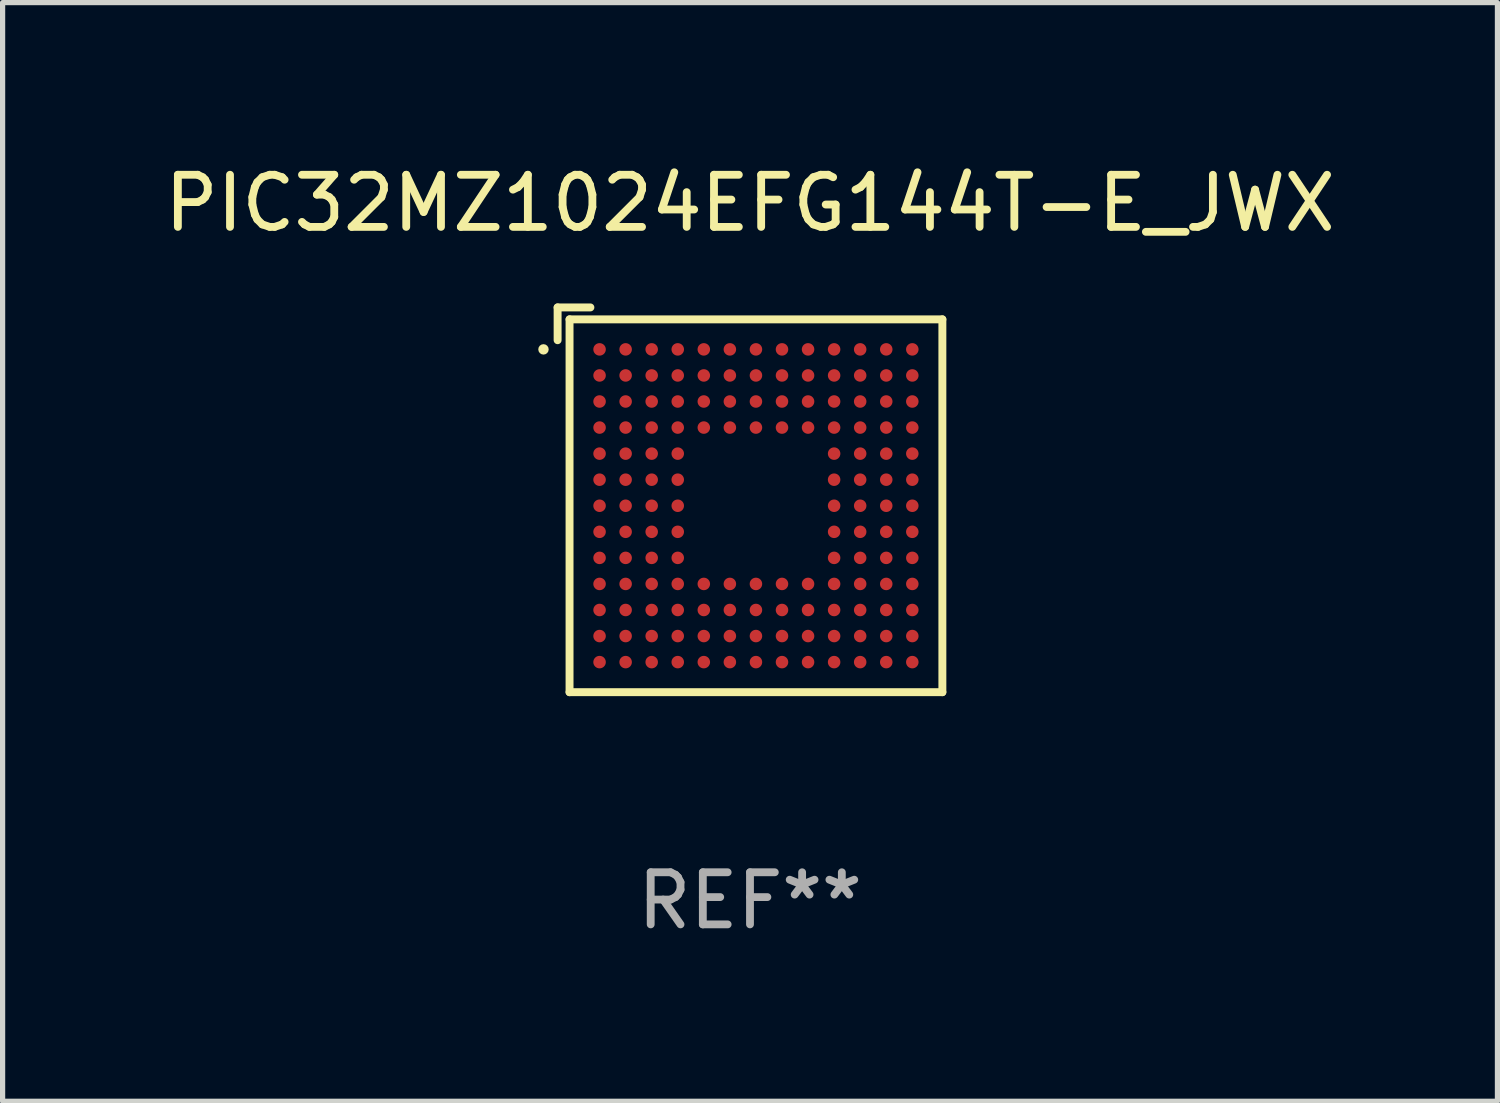
<source format=kicad_pcb>
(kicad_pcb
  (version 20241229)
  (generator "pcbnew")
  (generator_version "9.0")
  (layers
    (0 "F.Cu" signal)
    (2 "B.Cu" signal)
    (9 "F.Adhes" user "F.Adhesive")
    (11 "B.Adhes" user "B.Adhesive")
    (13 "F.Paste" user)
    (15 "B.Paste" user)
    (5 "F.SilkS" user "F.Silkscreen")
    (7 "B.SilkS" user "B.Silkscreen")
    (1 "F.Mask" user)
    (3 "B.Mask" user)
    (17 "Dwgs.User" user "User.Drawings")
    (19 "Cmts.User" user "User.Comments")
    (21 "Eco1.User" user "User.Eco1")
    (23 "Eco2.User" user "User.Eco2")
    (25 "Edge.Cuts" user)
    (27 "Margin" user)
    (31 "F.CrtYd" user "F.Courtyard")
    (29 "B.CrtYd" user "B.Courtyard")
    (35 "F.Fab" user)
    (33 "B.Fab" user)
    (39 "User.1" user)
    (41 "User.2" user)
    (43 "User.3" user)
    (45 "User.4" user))
  (footprint "PIC32MZ1024EFG144T-E_JWX"
    (layer "F.Cu")
    (at 11.339 6.539)
    (property "Reference" "PIC32MZ1024EFG144T-E_JWX" (at 0 -5.691 0) (layer "F.SilkS") (effects (font (size 1 1) (thickness 0.15))))
    (attr through_hole)
    (fp_line (start -3.691 -3.691) (end -3.062 -3.691) (stroke (width 0.152) (type solid)) (layer "F.SilkS"))
    (fp_line (start -3.691 -3.062) (end -3.691 -3.691) (stroke (width 0.152) (type solid)) (layer "F.SilkS"))
    (fp_line (start -3.462 -3.462) (end 3.691 -3.462) (stroke (width 0.152) (type solid)) (layer "F.SilkS"))
    (fp_line (start -3.462 3.691) (end -3.462 -3.462) (stroke (width 0.152) (type solid)) (layer "F.SilkS"))
    (fp_line (start 3.691 -3.462) (end 3.691 3.691) (stroke (width 0.152) (type solid)) (layer "F.SilkS"))
    (fp_line (start 3.691 3.691) (end -3.462 3.691) (stroke (width 0.152) (type solid)) (layer "F.SilkS"))
    (fp_circle (center -3.962 -2.886) (end -3.912 -2.886) (stroke (width 0.1) (type solid)) (fill no) (layer "F.SilkS"))
    (fp_text user "REF**" (at 0 7.691 0) (layer "F.Fab") (effects (font (size 1 1) (thickness 0.15))))
    (pad "A1" smd circle (at -2.886 -2.886) (size 0.24 0.24) (layers "F.Cu" "F.Mask" "F.Paste"))
    (pad "A2" smd circle (at -2.386 -2.886) (size 0.24 0.24) (layers "F.Cu" "F.Mask" "F.Paste"))
    (pad "A3" smd circle (at -1.886 -2.886) (size 0.24 0.24) (layers "F.Cu" "F.Mask" "F.Paste"))
    (pad "A4" smd circle (at -1.386 -2.886) (size 0.24 0.24) (layers "F.Cu" "F.Mask" "F.Paste"))
    (pad "A5" smd circle (at -0.886 -2.886) (size 0.24 0.24) (layers "F.Cu" "F.Mask" "F.Paste"))
    (pad "A6" smd circle (at -0.386 -2.886) (size 0.24 0.24) (layers "F.Cu" "F.Mask" "F.Paste"))
    (pad "A7" smd circle (at 0.114 -2.886) (size 0.24 0.24) (layers "F.Cu" "F.Mask" "F.Paste"))
    (pad "A8" smd circle (at 0.614 -2.886) (size 0.24 0.24) (layers "F.Cu" "F.Mask" "F.Paste"))
    (pad "A9" smd circle (at 1.114 -2.886) (size 0.24 0.24) (layers "F.Cu" "F.Mask" "F.Paste"))
    (pad "A10" smd circle (at 1.614 -2.886) (size 0.24 0.24) (layers "F.Cu" "F.Mask" "F.Paste"))
    (pad "A11" smd circle (at 2.114 -2.886) (size 0.24 0.24) (layers "F.Cu" "F.Mask" "F.Paste"))
    (pad "A12" smd circle (at 2.614 -2.886) (size 0.24 0.24) (layers "F.Cu" "F.Mask" "F.Paste"))
    (pad "A13" smd circle (at 3.114 -2.886) (size 0.24 0.24) (layers "F.Cu" "F.Mask" "F.Paste"))
    (pad "B1" smd circle (at -2.886 -2.386) (size 0.24 0.24) (layers "F.Cu" "F.Mask" "F.Paste"))
    (pad "B2" smd circle (at -2.386 -2.386) (size 0.24 0.24) (layers "F.Cu" "F.Mask" "F.Paste"))
    (pad "B3" smd circle (at -1.886 -2.386) (size 0.24 0.24) (layers "F.Cu" "F.Mask" "F.Paste"))
    (pad "B4" smd circle (at -1.386 -2.386) (size 0.24 0.24) (layers "F.Cu" "F.Mask" "F.Paste"))
    (pad "B5" smd circle (at -0.886 -2.386) (size 0.24 0.24) (layers "F.Cu" "F.Mask" "F.Paste"))
    (pad "B6" smd circle (at -0.386 -2.386) (size 0.24 0.24) (layers "F.Cu" "F.Mask" "F.Paste"))
    (pad "B7" smd circle (at 0.114 -2.386) (size 0.24 0.24) (layers "F.Cu" "F.Mask" "F.Paste"))
    (pad "B8" smd circle (at 0.614 -2.386) (size 0.24 0.24) (layers "F.Cu" "F.Mask" "F.Paste"))
    (pad "B9" smd circle (at 1.114 -2.386) (size 0.24 0.24) (layers "F.Cu" "F.Mask" "F.Paste"))
    (pad "B10" smd circle (at 1.614 -2.386) (size 0.24 0.24) (layers "F.Cu" "F.Mask" "F.Paste"))
    (pad "B11" smd circle (at 2.114 -2.386) (size 0.24 0.24) (layers "F.Cu" "F.Mask" "F.Paste"))
    (pad "B12" smd circle (at 2.614 -2.386) (size 0.24 0.24) (layers "F.Cu" "F.Mask" "F.Paste"))
    (pad "B13" smd circle (at 3.114 -2.386) (size 0.24 0.24) (layers "F.Cu" "F.Mask" "F.Paste"))
    (pad "C1" smd circle (at -2.886 -1.886) (size 0.24 0.24) (layers "F.Cu" "F.Mask" "F.Paste"))
    (pad "C2" smd circle (at -2.386 -1.886) (size 0.24 0.24) (layers "F.Cu" "F.Mask" "F.Paste"))
    (pad "C3" smd circle (at -1.886 -1.886) (size 0.24 0.24) (layers "F.Cu" "F.Mask" "F.Paste"))
    (pad "C4" smd circle (at -1.386 -1.886) (size 0.24 0.24) (layers "F.Cu" "F.Mask" "F.Paste"))
    (pad "C5" smd circle (at -0.886 -1.886) (size 0.24 0.24) (layers "F.Cu" "F.Mask" "F.Paste"))
    (pad "C6" smd circle (at -0.386 -1.886) (size 0.24 0.24) (layers "F.Cu" "F.Mask" "F.Paste"))
    (pad "C7" smd circle (at 0.114 -1.886) (size 0.24 0.24) (layers "F.Cu" "F.Mask" "F.Paste"))
    (pad "C8" smd circle (at 0.614 -1.886) (size 0.24 0.24) (layers "F.Cu" "F.Mask" "F.Paste"))
    (pad "C9" smd circle (at 1.114 -1.886) (size 0.24 0.24) (layers "F.Cu" "F.Mask" "F.Paste"))
    (pad "C10" smd circle (at 1.614 -1.886) (size 0.24 0.24) (layers "F.Cu" "F.Mask" "F.Paste"))
    (pad "C11" smd circle (at 2.114 -1.886) (size 0.24 0.24) (layers "F.Cu" "F.Mask" "F.Paste"))
    (pad "C12" smd circle (at 2.614 -1.886) (size 0.24 0.24) (layers "F.Cu" "F.Mask" "F.Paste"))
    (pad "C13" smd circle (at 3.114 -1.886) (size 0.24 0.24) (layers "F.Cu" "F.Mask" "F.Paste"))
    (pad "D1" smd circle (at -2.886 -1.386) (size 0.24 0.24) (layers "F.Cu" "F.Mask" "F.Paste"))
    (pad "D2" smd circle (at -2.386 -1.386) (size 0.24 0.24) (layers "F.Cu" "F.Mask" "F.Paste"))
    (pad "D3" smd circle (at -1.886 -1.386) (size 0.24 0.24) (layers "F.Cu" "F.Mask" "F.Paste"))
    (pad "D4" smd circle (at -1.386 -1.386) (size 0.24 0.24) (layers "F.Cu" "F.Mask" "F.Paste"))
    (pad "D5" smd circle (at -0.886 -1.386) (size 0.24 0.24) (layers "F.Cu" "F.Mask" "F.Paste"))
    (pad "D6" smd circle (at -0.386 -1.386) (size 0.24 0.24) (layers "F.Cu" "F.Mask" "F.Paste"))
    (pad "D7" smd circle (at 0.114 -1.386) (size 0.24 0.24) (layers "F.Cu" "F.Mask" "F.Paste"))
    (pad "D8" smd circle (at 0.614 -1.386) (size 0.24 0.24) (layers "F.Cu" "F.Mask" "F.Paste"))
    (pad "D9" smd circle (at 1.114 -1.386) (size 0.24 0.24) (layers "F.Cu" "F.Mask" "F.Paste"))
    (pad "D10" smd circle (at 1.614 -1.386) (size 0.24 0.24) (layers "F.Cu" "F.Mask" "F.Paste"))
    (pad "D11" smd circle (at 2.114 -1.386) (size 0.24 0.24) (layers "F.Cu" "F.Mask" "F.Paste"))
    (pad "D12" smd circle (at 2.614 -1.386) (size 0.24 0.24) (layers "F.Cu" "F.Mask" "F.Paste"))
    (pad "D13" smd circle (at 3.114 -1.386) (size 0.24 0.24) (layers "F.Cu" "F.Mask" "F.Paste"))
    (pad "E1" smd circle (at -2.886 -0.886) (size 0.24 0.24) (layers "F.Cu" "F.Mask" "F.Paste"))
    (pad "E2" smd circle (at -2.386 -0.886) (size 0.24 0.24) (layers "F.Cu" "F.Mask" "F.Paste"))
    (pad "E3" smd circle (at -1.886 -0.886) (size 0.24 0.24) (layers "F.Cu" "F.Mask" "F.Paste"))
    (pad "E4" smd circle (at -1.386 -0.886) (size 0.24 0.24) (layers "F.Cu" "F.Mask" "F.Paste"))
    (pad "E10" smd circle (at 1.614 -0.886) (size 0.24 0.24) (layers "F.Cu" "F.Mask" "F.Paste"))
    (pad "E11" smd circle (at 2.114 -0.886) (size 0.24 0.24) (layers "F.Cu" "F.Mask" "F.Paste"))
    (pad "E12" smd circle (at 2.614 -0.886) (size 0.24 0.24) (layers "F.Cu" "F.Mask" "F.Paste"))
    (pad "E13" smd circle (at 3.114 -0.886) (size 0.24 0.24) (layers "F.Cu" "F.Mask" "F.Paste"))
    (pad "F1" smd circle (at -2.886 -0.386) (size 0.24 0.24) (layers "F.Cu" "F.Mask" "F.Paste"))
    (pad "F2" smd circle (at -2.386 -0.386) (size 0.24 0.24) (layers "F.Cu" "F.Mask" "F.Paste"))
    (pad "F3" smd circle (at -1.886 -0.386) (size 0.24 0.24) (layers "F.Cu" "F.Mask" "F.Paste"))
    (pad "F4" smd circle (at -1.386 -0.386) (size 0.24 0.24) (layers "F.Cu" "F.Mask" "F.Paste"))
    (pad "F10" smd circle (at 1.614 -0.386) (size 0.24 0.24) (layers "F.Cu" "F.Mask" "F.Paste"))
    (pad "F11" smd circle (at 2.114 -0.386) (size 0.24 0.24) (layers "F.Cu" "F.Mask" "F.Paste"))
    (pad "F12" smd circle (at 2.614 -0.386) (size 0.24 0.24) (layers "F.Cu" "F.Mask" "F.Paste"))
    (pad "F13" smd circle (at 3.114 -0.386) (size 0.24 0.24) (layers "F.Cu" "F.Mask" "F.Paste"))
    (pad "G1" smd circle (at -2.886 0.114) (size 0.24 0.24) (layers "F.Cu" "F.Mask" "F.Paste"))
    (pad "G2" smd circle (at -2.386 0.114) (size 0.24 0.24) (layers "F.Cu" "F.Mask" "F.Paste"))
    (pad "G3" smd circle (at -1.886 0.114) (size 0.24 0.24) (layers "F.Cu" "F.Mask" "F.Paste"))
    (pad "G4" smd circle (at -1.386 0.114) (size 0.24 0.24) (layers "F.Cu" "F.Mask" "F.Paste"))
    (pad "G10" smd circle (at 1.614 0.114) (size 0.24 0.24) (layers "F.Cu" "F.Mask" "F.Paste"))
    (pad "G11" smd circle (at 2.114 0.114) (size 0.24 0.24) (layers "F.Cu" "F.Mask" "F.Paste"))
    (pad "G12" smd circle (at 2.614 0.114) (size 0.24 0.24) (layers "F.Cu" "F.Mask" "F.Paste"))
    (pad "G13" smd circle (at 3.114 0.114) (size 0.24 0.24) (layers "F.Cu" "F.Mask" "F.Paste"))
    (pad "H1" smd circle (at -2.886 0.614) (size 0.24 0.24) (layers "F.Cu" "F.Mask" "F.Paste"))
    (pad "H2" smd circle (at -2.386 0.614) (size 0.24 0.24) (layers "F.Cu" "F.Mask" "F.Paste"))
    (pad "H3" smd circle (at -1.886 0.614) (size 0.24 0.24) (layers "F.Cu" "F.Mask" "F.Paste"))
    (pad "H4" smd circle (at -1.386 0.614) (size 0.24 0.24) (layers "F.Cu" "F.Mask" "F.Paste"))
    (pad "H10" smd circle (at 1.614 0.614) (size 0.24 0.24) (layers "F.Cu" "F.Mask" "F.Paste"))
    (pad "H11" smd circle (at 2.114 0.614) (size 0.24 0.24) (layers "F.Cu" "F.Mask" "F.Paste"))
    (pad "H12" smd circle (at 2.614 0.614) (size 0.24 0.24) (layers "F.Cu" "F.Mask" "F.Paste"))
    (pad "H13" smd circle (at 3.114 0.614) (size 0.24 0.24) (layers "F.Cu" "F.Mask" "F.Paste"))
    (pad "J1" smd circle (at -2.886 1.114) (size 0.24 0.24) (layers "F.Cu" "F.Mask" "F.Paste"))
    (pad "J2" smd circle (at -2.386 1.114) (size 0.24 0.24) (layers "F.Cu" "F.Mask" "F.Paste"))
    (pad "J3" smd circle (at -1.886 1.114) (size 0.24 0.24) (layers "F.Cu" "F.Mask" "F.Paste"))
    (pad "J4" smd circle (at -1.386 1.114) (size 0.24 0.24) (layers "F.Cu" "F.Mask" "F.Paste"))
    (pad "J10" smd circle (at 1.614 1.114) (size 0.24 0.24) (layers "F.Cu" "F.Mask" "F.Paste"))
    (pad "J11" smd circle (at 2.114 1.114) (size 0.24 0.24) (layers "F.Cu" "F.Mask" "F.Paste"))
    (pad "J12" smd circle (at 2.614 1.114) (size 0.24 0.24) (layers "F.Cu" "F.Mask" "F.Paste"))
    (pad "J13" smd circle (at 3.114 1.114) (size 0.24 0.24) (layers "F.Cu" "F.Mask" "F.Paste"))
    (pad "K1" smd circle (at -2.886 1.614) (size 0.24 0.24) (layers "F.Cu" "F.Mask" "F.Paste"))
    (pad "K2" smd circle (at -2.386 1.614) (size 0.24 0.24) (layers "F.Cu" "F.Mask" "F.Paste"))
    (pad "K3" smd circle (at -1.886 1.614) (size 0.24 0.24) (layers "F.Cu" "F.Mask" "F.Paste"))
    (pad "K4" smd circle (at -1.386 1.614) (size 0.24 0.24) (layers "F.Cu" "F.Mask" "F.Paste"))
    (pad "K5" smd circle (at -0.886 1.614) (size 0.24 0.24) (layers "F.Cu" "F.Mask" "F.Paste"))
    (pad "K6" smd circle (at -0.386 1.614) (size 0.24 0.24) (layers "F.Cu" "F.Mask" "F.Paste"))
    (pad "K7" smd circle (at 0.114 1.614) (size 0.24 0.24) (layers "F.Cu" "F.Mask" "F.Paste"))
    (pad "K8" smd circle (at 0.614 1.614) (size 0.24 0.24) (layers "F.Cu" "F.Mask" "F.Paste"))
    (pad "K9" smd circle (at 1.114 1.614) (size 0.24 0.24) (layers "F.Cu" "F.Mask" "F.Paste"))
    (pad "K10" smd circle (at 1.614 1.614) (size 0.24 0.24) (layers "F.Cu" "F.Mask" "F.Paste"))
    (pad "K11" smd circle (at 2.114 1.614) (size 0.24 0.24) (layers "F.Cu" "F.Mask" "F.Paste"))
    (pad "K12" smd circle (at 2.614 1.614) (size 0.24 0.24) (layers "F.Cu" "F.Mask" "F.Paste"))
    (pad "K13" smd circle (at 3.114 1.614) (size 0.24 0.24) (layers "F.Cu" "F.Mask" "F.Paste"))
    (pad "L1" smd circle (at -2.886 2.114) (size 0.24 0.24) (layers "F.Cu" "F.Mask" "F.Paste"))
    (pad "L2" smd circle (at -2.386 2.114) (size 0.24 0.24) (layers "F.Cu" "F.Mask" "F.Paste"))
    (pad "L3" smd circle (at -1.886 2.114) (size 0.24 0.24) (layers "F.Cu" "F.Mask" "F.Paste"))
    (pad "L4" smd circle (at -1.386 2.114) (size 0.24 0.24) (layers "F.Cu" "F.Mask" "F.Paste"))
    (pad "L5" smd circle (at -0.886 2.114) (size 0.24 0.24) (layers "F.Cu" "F.Mask" "F.Paste"))
    (pad "L6" smd circle (at -0.386 2.114) (size 0.24 0.24) (layers "F.Cu" "F.Mask" "F.Paste"))
    (pad "L7" smd circle (at 0.114 2.114) (size 0.24 0.24) (layers "F.Cu" "F.Mask" "F.Paste"))
    (pad "L8" smd circle (at 0.614 2.114) (size 0.24 0.24) (layers "F.Cu" "F.Mask" "F.Paste"))
    (pad "L9" smd circle (at 1.114 2.114) (size 0.24 0.24) (layers "F.Cu" "F.Mask" "F.Paste"))
    (pad "L10" smd circle (at 1.614 2.114) (size 0.24 0.24) (layers "F.Cu" "F.Mask" "F.Paste"))
    (pad "L11" smd circle (at 2.114 2.114) (size 0.24 0.24) (layers "F.Cu" "F.Mask" "F.Paste"))
    (pad "L12" smd circle (at 2.614 2.114) (size 0.24 0.24) (layers "F.Cu" "F.Mask" "F.Paste"))
    (pad "L13" smd circle (at 3.114 2.114) (size 0.24 0.24) (layers "F.Cu" "F.Mask" "F.Paste"))
    (pad "M1" smd circle (at -2.886 2.614) (size 0.24 0.24) (layers "F.Cu" "F.Mask" "F.Paste"))
    (pad "M2" smd circle (at -2.386 2.614) (size 0.24 0.24) (layers "F.Cu" "F.Mask" "F.Paste"))
    (pad "M3" smd circle (at -1.886 2.614) (size 0.24 0.24) (layers "F.Cu" "F.Mask" "F.Paste"))
    (pad "M4" smd circle (at -1.386 2.614) (size 0.24 0.24) (layers "F.Cu" "F.Mask" "F.Paste"))
    (pad "M5" smd circle (at -0.886 2.614) (size 0.24 0.24) (layers "F.Cu" "F.Mask" "F.Paste"))
    (pad "M6" smd circle (at -0.386 2.614) (size 0.24 0.24) (layers "F.Cu" "F.Mask" "F.Paste"))
    (pad "M7" smd circle (at 0.114 2.614) (size 0.24 0.24) (layers "F.Cu" "F.Mask" "F.Paste"))
    (pad "M8" smd circle (at 0.614 2.614) (size 0.24 0.24) (layers "F.Cu" "F.Mask" "F.Paste"))
    (pad "M9" smd circle (at 1.114 2.614) (size 0.24 0.24) (layers "F.Cu" "F.Mask" "F.Paste"))
    (pad "M10" smd circle (at 1.614 2.614) (size 0.24 0.24) (layers "F.Cu" "F.Mask" "F.Paste"))
    (pad "M11" smd circle (at 2.114 2.614) (size 0.24 0.24) (layers "F.Cu" "F.Mask" "F.Paste"))
    (pad "M12" smd circle (at 2.614 2.614) (size 0.24 0.24) (layers "F.Cu" "F.Mask" "F.Paste"))
    (pad "M13" smd circle (at 3.114 2.614) (size 0.24 0.24) (layers "F.Cu" "F.Mask" "F.Paste"))
    (pad "N1" smd circle (at -2.886 3.114) (size 0.24 0.24) (layers "F.Cu" "F.Mask" "F.Paste"))
    (pad "N2" smd circle (at -2.386 3.114) (size 0.24 0.24) (layers "F.Cu" "F.Mask" "F.Paste"))
    (pad "N3" smd circle (at -1.886 3.114) (size 0.24 0.24) (layers "F.Cu" "F.Mask" "F.Paste"))
    (pad "N4" smd circle (at -1.386 3.114) (size 0.24 0.24) (layers "F.Cu" "F.Mask" "F.Paste"))
    (pad "N5" smd circle (at -0.886 3.114) (size 0.24 0.24) (layers "F.Cu" "F.Mask" "F.Paste"))
    (pad "N6" smd circle (at -0.386 3.114) (size 0.24 0.24) (layers "F.Cu" "F.Mask" "F.Paste"))
    (pad "N7" smd circle (at 0.114 3.114) (size 0.24 0.24) (layers "F.Cu" "F.Mask" "F.Paste"))
    (pad "N8" smd circle (at 0.614 3.114) (size 0.24 0.24) (layers "F.Cu" "F.Mask" "F.Paste"))
    (pad "N9" smd circle (at 1.114 3.114) (size 0.24 0.24) (layers "F.Cu" "F.Mask" "F.Paste"))
    (pad "N10" smd circle (at 1.614 3.114) (size 0.24 0.24) (layers "F.Cu" "F.Mask" "F.Paste"))
    (pad "N11" smd circle (at 2.114 3.114) (size 0.24 0.24) (layers "F.Cu" "F.Mask" "F.Paste"))
    (pad "N12" smd circle (at 2.614 3.114) (size 0.24 0.24) (layers "F.Cu" "F.Mask" "F.Paste"))
    (pad "N13" smd circle (at 3.114 3.114) (size 0.24 0.24) (layers "F.Cu" "F.Mask" "F.Paste")))
  (gr_rect
    (start -3 -3)
    (end 25.679 18.078)
    (stroke (width 0.1) (type default))
    (fill no)
    (layer "Edge.Cuts")))
</source>
